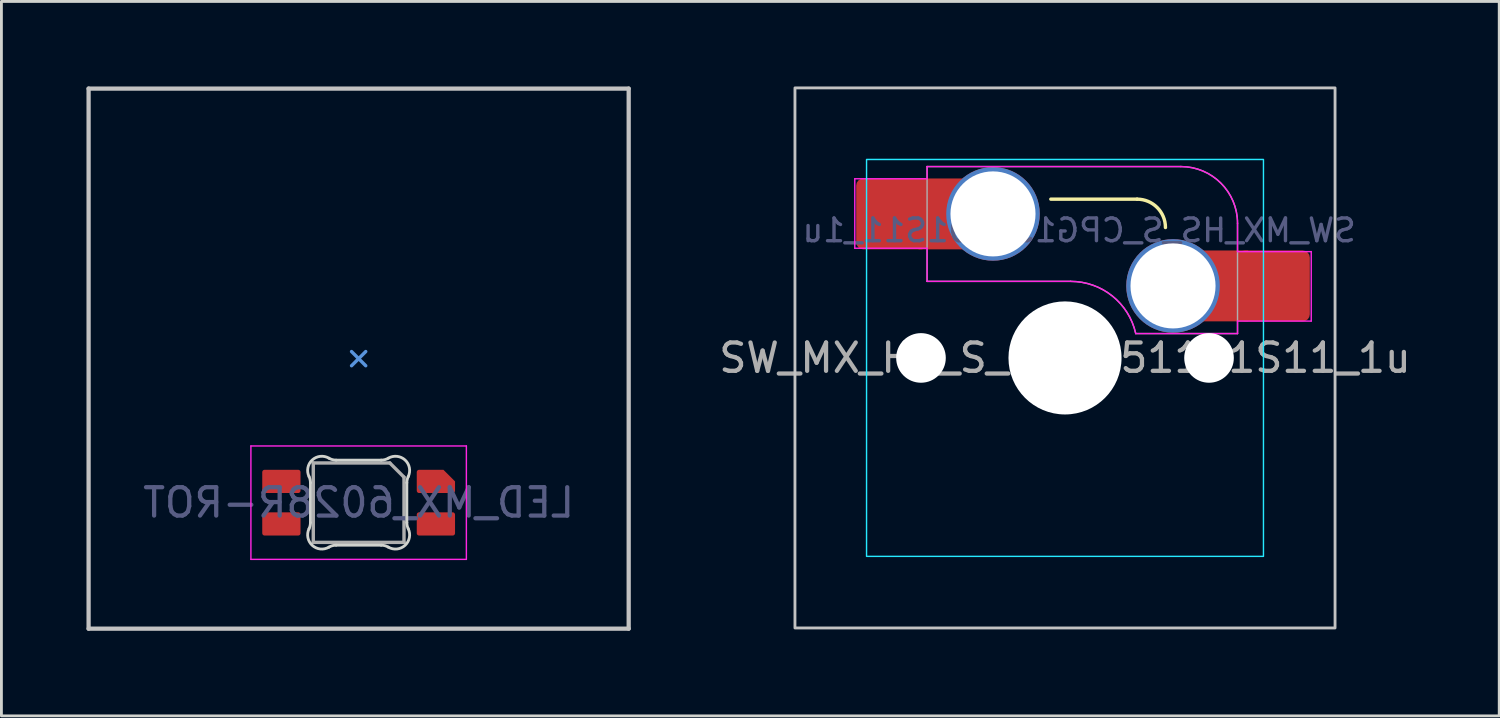
<source format=kicad_pcb>
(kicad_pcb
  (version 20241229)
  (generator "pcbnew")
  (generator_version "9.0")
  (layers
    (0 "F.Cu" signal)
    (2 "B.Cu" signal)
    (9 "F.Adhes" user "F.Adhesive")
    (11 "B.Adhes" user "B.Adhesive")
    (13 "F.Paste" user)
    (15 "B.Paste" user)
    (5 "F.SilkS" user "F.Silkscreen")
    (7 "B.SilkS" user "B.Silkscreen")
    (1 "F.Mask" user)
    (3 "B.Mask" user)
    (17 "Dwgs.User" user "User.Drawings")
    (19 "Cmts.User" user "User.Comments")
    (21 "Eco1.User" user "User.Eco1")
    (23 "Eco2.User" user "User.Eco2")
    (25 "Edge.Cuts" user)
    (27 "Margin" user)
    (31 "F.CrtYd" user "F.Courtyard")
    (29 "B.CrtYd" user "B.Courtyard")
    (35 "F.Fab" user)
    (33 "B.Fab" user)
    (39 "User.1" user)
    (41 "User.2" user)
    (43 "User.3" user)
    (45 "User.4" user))
  (footprint "SW_MX_HS_S_CPG151101S11_1u"
    (layer "F.Cu")
    (at 34.515 9.575)
    (property "Reference" "SW_MX_HS_S_CPG151101S11_1u" (at 0 0 0) (layer "F.Fab") (effects (font (size 1 1) (thickness 0.15))))
    (attr smd)
    (fp_line (start -0.5 -5.6) (end 2.543 -5.6) (stroke (width 0.12) (type solid)) (layer "F.SilkS"))
    (fp_arc (start 2.542893 -5.6) (mid 3.25 -5.307107) (end 3.542893 -4.6) (stroke (width 0.12) (type solid)) (layer "F.SilkS"))
    (fp_rect (start -9.525 -9.525) (end 9.525 9.525) (stroke (width 0.1) (type default)) (fill no) (layer "Dwgs.User"))
    (fp_line (start -7 -6.5) (end -7 6.5) (stroke (width 0.05) (type solid)) (layer "Eco2.User"))
    (fp_line (start -6.5 7) (end 6.5 7) (stroke (width 0.05) (type solid)) (layer "Eco2.User"))
    (fp_line (start 6.5 -7) (end -6.5 -7) (stroke (width 0.05) (type solid)) (layer "Eco2.User"))
    (fp_line (start 7 6.5) (end 7 -6.5) (stroke (width 0.05) (type solid)) (layer "Eco2.User"))
    (fp_arc (start -7 -6.5) (mid -6.853553 -6.853553) (end -6.5 -7) (stroke (width 0.05) (type solid)) (layer "Eco2.User"))
    (fp_arc (start -6.497236 6.998884) (mid -6.850789 6.852437) (end -6.997236 6.498884) (stroke (width 0.05) (type solid)) (layer "Eco2.User"))
    (fp_arc (start 6.5 -7) (mid 6.853553 -6.853553) (end 7 -6.5) (stroke (width 0.05) (type solid)) (layer "Eco2.User"))
    (fp_arc (start 7 6.5) (mid 6.853553 6.853553) (end 6.5 7) (stroke (width 0.05) (type solid)) (layer "Eco2.User"))
    (fp_rect (start -7 -7) (end 7 7) (stroke (width 0.05) (type default)) (fill no) (layer "B.CrtYd"))
    (fp_line (start -7.415 -6.32) (end -4.865 -6.32) (stroke (width 0.05) (type solid)) (layer "F.CrtYd"))
    (fp_line (start -7.415 -3.87) (end -7.415 -6.32) (stroke (width 0.05) (type solid)) (layer "F.CrtYd"))
    (fp_line (start -4.865 -6.75) (end -4.865 -6.32) (stroke (width 0.05) (type solid)) (layer "F.CrtYd"))
    (fp_line (start -4.865 -3.87) (end -7.415 -3.87) (stroke (width 0.05) (type solid)) (layer "F.CrtYd"))
    (fp_line (start -4.865 -3.87) (end -4.865 -2.7) (stroke (width 0.05) (type solid)) (layer "F.CrtYd"))
    (fp_line (start -4.865 -2.7) (end 0.2 -2.7) (stroke (width 0.05) (type solid)) (layer "F.CrtYd"))
    (fp_line (start 4.085 -6.75) (end -4.865 -6.75) (stroke (width 0.05) (type solid)) (layer "F.CrtYd"))
    (fp_line (start 6.085 -3.75) (end 6.085 -4.75) (stroke (width 0.05) (type solid)) (layer "F.CrtYd"))
    (fp_line (start 6.085 -3.75) (end 8.685 -3.75) (stroke (width 0.05) (type solid)) (layer "F.CrtYd"))
    (fp_line (start 6.085 -1.3) (end 6.085 -0.86) (stroke (width 0.05) (type solid)) (layer "F.CrtYd"))
    (fp_line (start 6.085 -0.86) (end 2.494 -0.86) (stroke (width 0.05) (type solid)) (layer "F.CrtYd"))
    (fp_line (start 8.685 -3.75) (end 8.685 -1.3) (stroke (width 0.05) (type solid)) (layer "F.CrtYd"))
    (fp_line (start 8.685 -1.3) (end 6.085 -1.3) (stroke (width 0.05) (type solid)) (layer "F.CrtYd"))
    (fp_arc (start 0.2 -2.70022) (mid 1.670503 -2.183399) (end 2.494322 -0.86022) (stroke (width 0.05) (type solid)) (layer "F.CrtYd"))
    (fp_arc (start 4.085176 -6.75022) (mid 5.49939 -6.164434) (end 6.085176 -4.75022) (stroke (width 0.05) (type solid)) (layer "F.CrtYd"))
    (fp_line (start -4.865 -6.75) (end -4.865 -2.7) (stroke (width 0.05) (type solid)) (layer "F.Fab"))
    (fp_line (start -4.865 -2.7) (end 0.2 -2.7) (stroke (width 0.05) (type solid)) (layer "F.Fab"))
    (fp_line (start 4.085 -6.75) (end -4.865 -6.75) (stroke (width 0.05) (type solid)) (layer "F.Fab"))
    (fp_line (start 6.085 -0.86) (end 2.494 -0.86) (stroke (width 0.05) (type solid)) (layer "F.Fab"))
    (fp_line (start 6.085 -0.86) (end 6.085 -4.75) (stroke (width 0.05) (type solid)) (layer "F.Fab"))
    (fp_arc (start 0.2 -2.70022) (mid 1.670503 -2.183399) (end 2.494322 -0.86022) (stroke (width 0.05) (type solid)) (layer "F.Fab"))
    (fp_arc (start 4.085176 -6.75022) (mid 5.49939 -6.164434) (end 6.085176 -4.75022) (stroke (width 0.05) (type solid)) (layer "F.Fab"))
    (fp_text user "${REFERENCE}" (at 0.5 -4.5 0) (layer "B.Fab") (effects (font (size 0.8 0.8) (thickness 0.12)) (justify mirror)))
    (pad "" np_thru_hole circle (at -5.08 0) (size 1.75 1.75) (drill 1.75) (layers "*.Cu" "*.Mask"))
    (pad "" np_thru_hole circle (at 0 0) (size 3.988 3.988) (drill 3.988) (layers "*.Cu" "*.Mask"))
    (pad "" np_thru_hole circle (at 5.08 0) (size 1.75 1.75) (drill 1.75) (layers "*.Cu" "*.Mask"))
    (pad "1" thru_hole circle (at 3.81 -2.54) (size 3.3 3.3) (drill 3) (layers "*.Cu" "*.Mask"))
    (pad "1" smd rect (at 5.635 -2.54 180) (size 1.65 2.5) (layers "F.Cu"))
    (pad "1" smd roundrect (at 7.36 -2.54) (size 2.55 2.5) (layers "F.Cu" "F.Mask" "F.Paste") (roundrect_rratio 0.1))
    (pad "2" smd roundrect (at -6.09 -5.08) (size 2.55 2.5) (layers "F.Cu" "F.Mask" "F.Paste") (roundrect_rratio 0.1))
    (pad "2" smd rect (at -4.34 -5.08) (size 1.65 2.5) (layers "F.Cu"))
    (pad "2" thru_hole circle (at -2.54 -5.08) (size 3.3 3.3) (drill 3) (layers "*.Cu" "*.Mask")))
  (footprint "LED_MX_6028R-ROT"
    (layer "F.Cu")
    (at 9.6 9.6)
    (property "Reference" "LED_MX_6028R-ROT" (at 0 5.08 0) (layer "B.Fab") (effects (font (size 1 1) (thickness 0.15)) (justify mirror)))
    (attr smd)
    (fp_line (start -9.525 -9.525) (end -9.525 9.525) (stroke (width 0.15) (type solid)) (layer "Dwgs.User"))
    (fp_line (start -9.525 9.525) (end 9.525 9.525) (stroke (width 0.15) (type solid)) (layer "Dwgs.User"))
    (fp_line (start 9.525 -9.525) (end -9.525 -9.525) (stroke (width 0.15) (type solid)) (layer "Dwgs.User"))
    (fp_line (start 9.525 9.525) (end 9.525 -9.525) (stroke (width 0.15) (type solid)) (layer "Dwgs.User"))
    (fp_line (start -0.25 0.25) (end 0 0) (stroke (width 0.12) (type solid)) (layer "Cmts.User"))
    (fp_line (start 0 0) (end -0.25 -0.25) (stroke (width 0.12) (type solid)) (layer "Cmts.User"))
    (fp_line (start 0 0) (end 0.25 -0.25) (stroke (width 0.12) (type solid)) (layer "Cmts.User"))
    (fp_line (start 0.25 0.25) (end 0 0) (stroke (width 0.12) (type solid)) (layer "Cmts.User"))
    (fp_line (start -1.7 4.377) (end -1.7 5.783) (stroke (width 0.1) (type solid)) (layer "Edge.Cuts"))
    (fp_line (start -0.794 6.58) (end 0.794 6.58) (stroke (width 0.1) (type solid)) (layer "Edge.Cuts"))
    (fp_line (start 0.794 3.58) (end -0.794 3.58) (stroke (width 0.1) (type solid)) (layer "Edge.Cuts"))
    (fp_line (start 1.7 5.783) (end 1.7 4.377) (stroke (width 0.1) (type solid)) (layer "Edge.Cuts"))
    (fp_arc (start -1.749484 4.160281) (mid -1.712527 4.265933) (end -1.699999 4.377158) (stroke (width 0.1) (type solid)) (layer "Edge.Cuts"))
    (fp_arc (start -1.749484 4.160281) (mid -1.63807 3.575967) (end -1.046711 3.511704) (stroke (width 0.1) (type solid)) (layer "Edge.Cuts"))
    (fp_arc (start -1.699999 5.782843) (mid -1.712527 5.894069) (end -1.749484 5.999721) (stroke (width 0.1) (type solid)) (layer "Edge.Cuts"))
    (fp_arc (start -1.046711 6.6483) (mid -1.638071 6.584036) (end -1.749484 5.999721) (stroke (width 0.1) (type solid)) (layer "Edge.Cuts"))
    (fp_arc (start -1.046711 6.6483) (mid -0.925123 6.597378) (end -0.794453 6.580001) (stroke (width 0.1) (type solid)) (layer "Edge.Cuts"))
    (fp_arc (start -0.794452 3.580001) (mid -0.925122 3.562624) (end -1.04671 3.511702) (stroke (width 0.1) (type solid)) (layer "Edge.Cuts"))
    (fp_arc (start 0.794453 6.58) (mid 0.925123 6.597377) (end 1.046711 6.648299) (stroke (width 0.1) (type solid)) (layer "Edge.Cuts"))
    (fp_arc (start 1.046711 3.511702) (mid 0.925123 3.562624) (end 0.794452 3.580001) (stroke (width 0.1) (type solid)) (layer "Edge.Cuts"))
    (fp_arc (start 1.046711 3.511702) (mid 1.638071 3.575965) (end 1.749484 4.160282) (stroke (width 0.1) (type solid)) (layer "Edge.Cuts"))
    (fp_arc (start 1.699999 4.377159) (mid 1.712528 4.265933) (end 1.749484 4.160281) (stroke (width 0.1) (type solid)) (layer "Edge.Cuts"))
    (fp_arc (start 1.749484 5.999721) (mid 1.63807 6.584035) (end 1.046711 6.648299) (stroke (width 0.1) (type solid)) (layer "Edge.Cuts"))
    (fp_arc (start 1.749484 5.999721) (mid 1.712518 5.89407) (end 1.699999 5.782844) (stroke (width 0.1) (type solid)) (layer "Edge.Cuts"))
    (fp_line (start -3.8 3.08) (end 3.8 3.08) (stroke (width 0.05) (type solid)) (layer "F.CrtYd"))
    (fp_line (start -3.8 7.08) (end -3.8 3.08) (stroke (width 0.05) (type solid)) (layer "F.CrtYd"))
    (fp_line (start 3.8 3.08) (end 3.8 7.08) (stroke (width 0.05) (type solid)) (layer "F.CrtYd"))
    (fp_line (start 3.8 7.08) (end -3.8 7.08) (stroke (width 0.05) (type solid)) (layer "F.CrtYd"))
    (fp_line (start -1.6 3.68) (end 1.1 3.68) (stroke (width 0.12) (type solid)) (layer "F.Fab"))
    (fp_line (start -1.6 6.48) (end -1.6 3.68) (stroke (width 0.12) (type solid)) (layer "F.Fab"))
    (fp_line (start 1.6 4.18) (end 1.1 3.68) (stroke (width 0.12) (type solid)) (layer "F.Fab"))
    (fp_line (start 1.6 4.18) (end 1.6 6.48) (stroke (width 0.12) (type solid)) (layer "F.Fab"))
    (fp_line (start 1.6 6.48) (end -1.6 6.48) (stroke (width 0.12) (type solid)) (layer "F.Fab"))
    (pad "1" smd roundrect (at -2.725 5.83 270) (size 0.82 1.35) (layers "F.Cu" "F.Mask" "F.Paste") (roundrect_rratio 0.1))
    (pad "2" smd roundrect (at -2.725 4.33 270) (size 0.82 1.35) (layers "F.Cu" "F.Mask" "F.Paste") (roundrect_rratio 0.1))
    (pad "3" smd roundrect (at 2.725 5.83 270) (size 0.82 1.35) (layers "F.Cu" "F.Mask" "F.Paste") (roundrect_rratio 0.1))
    (pad "4" smd roundrect (at 2.725 4.33 270) (size 0.82 1.35) (layers "F.Cu" "F.Mask" "F.Paste") (roundrect_rratio 0.1) (chamfer_ratio 0.5) (chamfer top_left)))
  (gr_rect
    (start -3 -3)
    (end 49.831 22.2)
    (stroke (width 0.1) (type default))
    (fill no)
    (layer "Edge.Cuts")))
</source>
